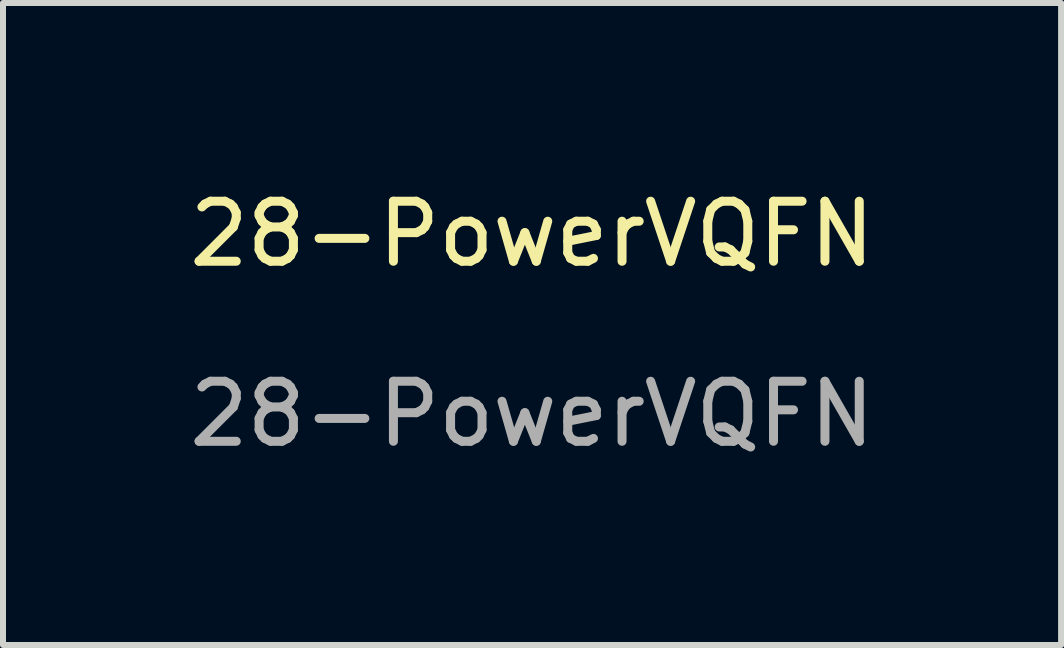
<source format=kicad_pcb>
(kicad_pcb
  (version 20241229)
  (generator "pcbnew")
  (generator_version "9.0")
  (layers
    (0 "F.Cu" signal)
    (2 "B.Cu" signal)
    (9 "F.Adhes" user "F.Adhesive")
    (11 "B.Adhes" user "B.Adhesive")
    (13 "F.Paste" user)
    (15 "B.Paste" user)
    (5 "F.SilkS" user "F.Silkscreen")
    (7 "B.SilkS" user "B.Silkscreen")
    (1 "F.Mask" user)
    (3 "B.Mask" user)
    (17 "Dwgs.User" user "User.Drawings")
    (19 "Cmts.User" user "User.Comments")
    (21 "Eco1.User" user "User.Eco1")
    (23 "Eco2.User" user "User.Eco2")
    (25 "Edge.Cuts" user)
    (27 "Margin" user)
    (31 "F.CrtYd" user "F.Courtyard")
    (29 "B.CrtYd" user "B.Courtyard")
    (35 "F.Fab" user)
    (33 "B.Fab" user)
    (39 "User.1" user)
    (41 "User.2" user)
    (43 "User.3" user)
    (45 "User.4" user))
  (footprint "28-PowerVQFN"
    (layer "F.Cu")
    (at 5.815 1.348)
    (property "Reference" "28-PowerVQFN" (at 0 -0.5 0) (unlocked yes) (layer "F.SilkS") (effects (font (size 1 1) (thickness 0.15))))
    (attr smd)
    (fp_text user "${REFERENCE}" (at 0 2.5 0) (unlocked yes) (layer "F.Fab") (effects (font (size 1 1) (thickness 0.15)))))
  (gr_rect
    (start -3 -3)
    (end 14.631 7.697)
    (stroke (width 0.1) (type default))
    (fill no)
    (layer "Edge.Cuts")))
</source>
